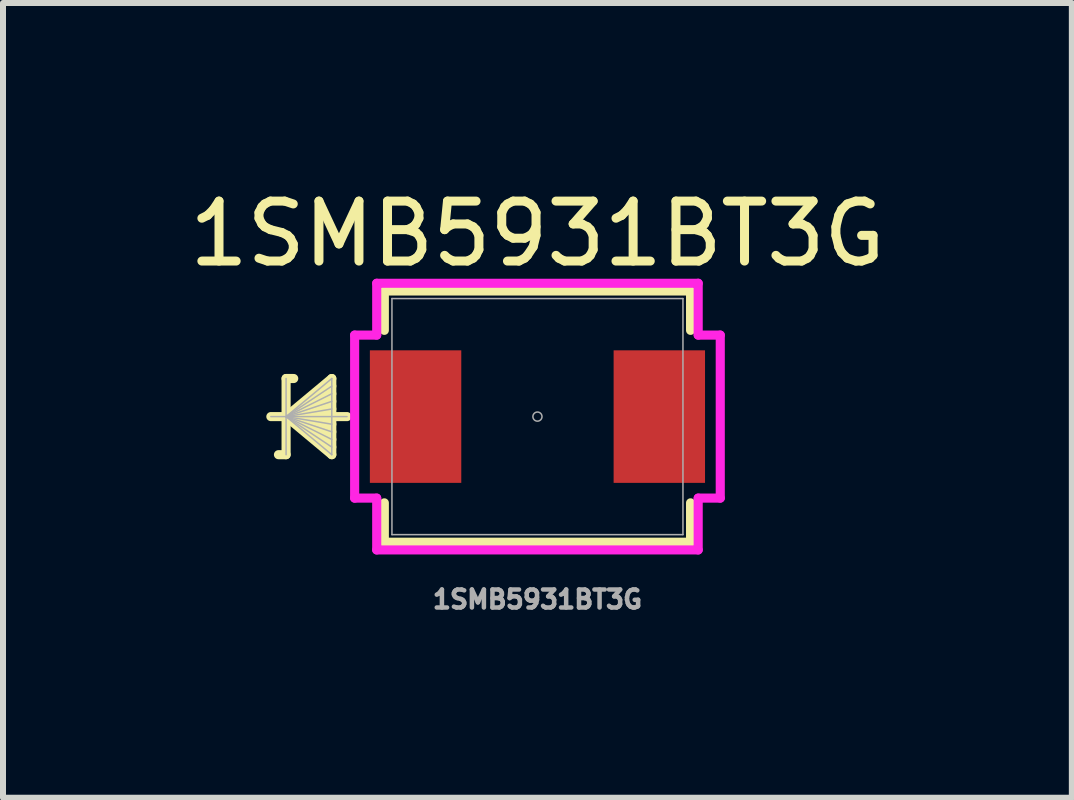
<source format=kicad_pcb>
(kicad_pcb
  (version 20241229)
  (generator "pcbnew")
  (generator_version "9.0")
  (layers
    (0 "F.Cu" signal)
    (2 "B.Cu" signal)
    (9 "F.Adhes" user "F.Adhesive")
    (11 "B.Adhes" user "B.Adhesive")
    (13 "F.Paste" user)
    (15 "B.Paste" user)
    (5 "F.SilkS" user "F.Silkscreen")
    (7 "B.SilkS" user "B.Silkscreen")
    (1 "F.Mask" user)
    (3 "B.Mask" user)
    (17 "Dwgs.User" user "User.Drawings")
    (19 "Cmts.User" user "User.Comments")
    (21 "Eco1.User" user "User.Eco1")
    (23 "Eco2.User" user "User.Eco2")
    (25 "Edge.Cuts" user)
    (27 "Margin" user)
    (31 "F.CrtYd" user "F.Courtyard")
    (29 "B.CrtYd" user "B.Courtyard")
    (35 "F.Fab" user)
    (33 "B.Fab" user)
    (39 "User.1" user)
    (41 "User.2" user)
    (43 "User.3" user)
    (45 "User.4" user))
  (footprint "1SMB5931BT3G"
    (layer "F.Cu")
    (at 5.911 3.896)
    (property "Reference" "1SMB5931BT3G" (at 0 -3.048 0) (unlocked yes) (layer "F.SilkS") (effects (font (size 1 1) (thickness 0.15))))
    (attr smd)
    (fp_line (start -4.191 -0.635) (end -4.191 0.635) (stroke (width 0.152) (type solid)) (layer "F.SilkS"))
    (fp_line (start -4.191 -0.635) (end -4.064 -0.635) (stroke (width 0.152) (type solid)) (layer "F.SilkS"))
    (fp_line (start -4.191 0) (end -3.429 -0.635) (stroke (width 0.152) (type solid)) (layer "F.SilkS"))
    (fp_line (start -4.191 0) (end -3.429 -0.508) (stroke (width 0.152) (type solid)) (layer "F.SilkS"))
    (fp_line (start -4.191 0) (end -3.429 -0.381) (stroke (width 0.152) (type solid)) (layer "F.SilkS"))
    (fp_line (start -4.191 0) (end -3.429 -0.254) (stroke (width 0.152) (type solid)) (layer "F.SilkS"))
    (fp_line (start -4.191 0) (end -3.429 -0.127) (stroke (width 0.152) (type solid)) (layer "F.SilkS"))
    (fp_line (start -4.191 0) (end -3.429 0.127) (stroke (width 0.152) (type solid)) (layer "F.SilkS"))
    (fp_line (start -4.191 0) (end -3.429 0.254) (stroke (width 0.152) (type solid)) (layer "F.SilkS"))
    (fp_line (start -4.191 0) (end -3.429 0.381) (stroke (width 0.152) (type solid)) (layer "F.SilkS"))
    (fp_line (start -4.191 0) (end -3.429 0.508) (stroke (width 0.152) (type solid)) (layer "F.SilkS"))
    (fp_line (start -4.191 0) (end -3.429 0.635) (stroke (width 0.152) (type solid)) (layer "F.SilkS"))
    (fp_line (start -4.191 0.635) (end -4.318 0.635) (stroke (width 0.152) (type solid)) (layer "F.SilkS"))
    (fp_line (start -3.429 -0.635) (end -3.429 0.635) (stroke (width 0.152) (type solid)) (layer "F.SilkS"))
    (fp_line (start -3.175 0) (end -4.445 0) (stroke (width 0.152) (type solid)) (layer "F.SilkS"))
    (fp_line (start -2.553 -2.095) (end -2.553 -1.438) (stroke (width 0.152) (type solid)) (layer "F.SilkS"))
    (fp_line (start -2.553 1.438) (end -2.553 2.095) (stroke (width 0.152) (type solid)) (layer "F.SilkS"))
    (fp_line (start -2.553 2.095) (end 2.553 2.095) (stroke (width 0.152) (type solid)) (layer "F.SilkS"))
    (fp_line (start 2.553 -2.095) (end -2.553 -2.095) (stroke (width 0.152) (type solid)) (layer "F.SilkS"))
    (fp_line (start 2.553 -1.438) (end 2.553 -2.095) (stroke (width 0.152) (type solid)) (layer "F.SilkS"))
    (fp_line (start 2.553 2.095) (end 2.553 1.438) (stroke (width 0.152) (type solid)) (layer "F.SilkS"))
    (fp_line (start -3.048 -1.359) (end -2.68 -1.359) (stroke (width 0.152) (type solid)) (layer "F.CrtYd"))
    (fp_line (start -3.048 1.359) (end -3.048 -1.359) (stroke (width 0.152) (type solid)) (layer "F.CrtYd"))
    (fp_line (start -3.048 1.359) (end -2.68 1.359) (stroke (width 0.152) (type solid)) (layer "F.CrtYd"))
    (fp_line (start -2.68 -2.223) (end 2.68 -2.223) (stroke (width 0.152) (type solid)) (layer "F.CrtYd"))
    (fp_line (start -2.68 -1.359) (end -2.68 -2.223) (stroke (width 0.152) (type solid)) (layer "F.CrtYd"))
    (fp_line (start -2.68 2.223) (end -2.68 1.359) (stroke (width 0.152) (type solid)) (layer "F.CrtYd"))
    (fp_line (start 2.68 -2.223) (end 2.68 -1.359) (stroke (width 0.152) (type solid)) (layer "F.CrtYd"))
    (fp_line (start 2.68 1.359) (end 2.68 2.223) (stroke (width 0.152) (type solid)) (layer "F.CrtYd"))
    (fp_line (start 2.68 2.223) (end -2.68 2.223) (stroke (width 0.152) (type solid)) (layer "F.CrtYd"))
    (fp_line (start 3.048 -1.359) (end 2.68 -1.359) (stroke (width 0.152) (type solid)) (layer "F.CrtYd"))
    (fp_line (start 3.048 -1.359) (end 3.048 1.359) (stroke (width 0.152) (type solid)) (layer "F.CrtYd"))
    (fp_line (start 3.048 1.359) (end 2.68 1.359) (stroke (width 0.152) (type solid)) (layer "F.CrtYd"))
    (fp_line (start -4.191 -0.635) (end -4.191 0.635) (stroke (width 0.025) (type solid)) (layer "F.Fab"))
    (fp_line (start -4.191 0) (end -3.429 -0.635) (stroke (width 0.025) (type solid)) (layer "F.Fab"))
    (fp_line (start -4.191 0) (end -3.429 -0.508) (stroke (width 0.025) (type solid)) (layer "F.Fab"))
    (fp_line (start -4.191 0) (end -3.429 -0.381) (stroke (width 0.025) (type solid)) (layer "F.Fab"))
    (fp_line (start -4.191 0) (end -3.429 -0.254) (stroke (width 0.025) (type solid)) (layer "F.Fab"))
    (fp_line (start -4.191 0) (end -3.429 -0.127) (stroke (width 0.025) (type solid)) (layer "F.Fab"))
    (fp_line (start -4.191 0) (end -3.429 0.127) (stroke (width 0.025) (type solid)) (layer "F.Fab"))
    (fp_line (start -4.191 0) (end -3.429 0.254) (stroke (width 0.025) (type solid)) (layer "F.Fab"))
    (fp_line (start -4.191 0) (end -3.429 0.381) (stroke (width 0.025) (type solid)) (layer "F.Fab"))
    (fp_line (start -4.191 0) (end -3.429 0.508) (stroke (width 0.025) (type solid)) (layer "F.Fab"))
    (fp_line (start -4.191 0) (end -3.429 0.635) (stroke (width 0.025) (type solid)) (layer "F.Fab"))
    (fp_line (start -3.429 -0.635) (end -3.429 0.635) (stroke (width 0.025) (type solid)) (layer "F.Fab"))
    (fp_line (start -3.175 0) (end -4.445 0) (stroke (width 0.025) (type solid)) (layer "F.Fab"))
    (fp_line (start -2.426 -1.968) (end -2.426 1.968) (stroke (width 0.025) (type solid)) (layer "F.Fab"))
    (fp_line (start -2.426 1.968) (end 2.426 1.968) (stroke (width 0.025) (type solid)) (layer "F.Fab"))
    (fp_line (start 2.426 -1.968) (end -2.426 -1.968) (stroke (width 0.025) (type solid)) (layer "F.Fab"))
    (fp_line (start 2.426 1.968) (end 2.426 -1.968) (stroke (width 0.025) (type solid)) (layer "F.Fab"))
    (fp_circle (center 0 0) (end 0.076 0) (stroke (width 0.025) (type solid)) (fill no) (layer "F.Fab"))
    (fp_text user "${REFERENCE}" (at 0 3.048 0) (unlocked yes) (layer "F.Fab") (effects (font (size 0.3 0.3) (thickness 0.075))))
    (pad "1" smd rect (at -2.032 0) (size 1.524 2.21) (layers "F.Cu" "F.Mask" "F.Paste"))
    (pad "2" smd rect (at 2.032 0) (size 1.524 2.21) (layers "F.Cu" "F.Mask" "F.Paste")))
  (gr_rect
    (start -3 -3)
    (end 14.821 10.251)
    (stroke (width 0.1) (type default))
    (fill no)
    (layer "Edge.Cuts")))
</source>
